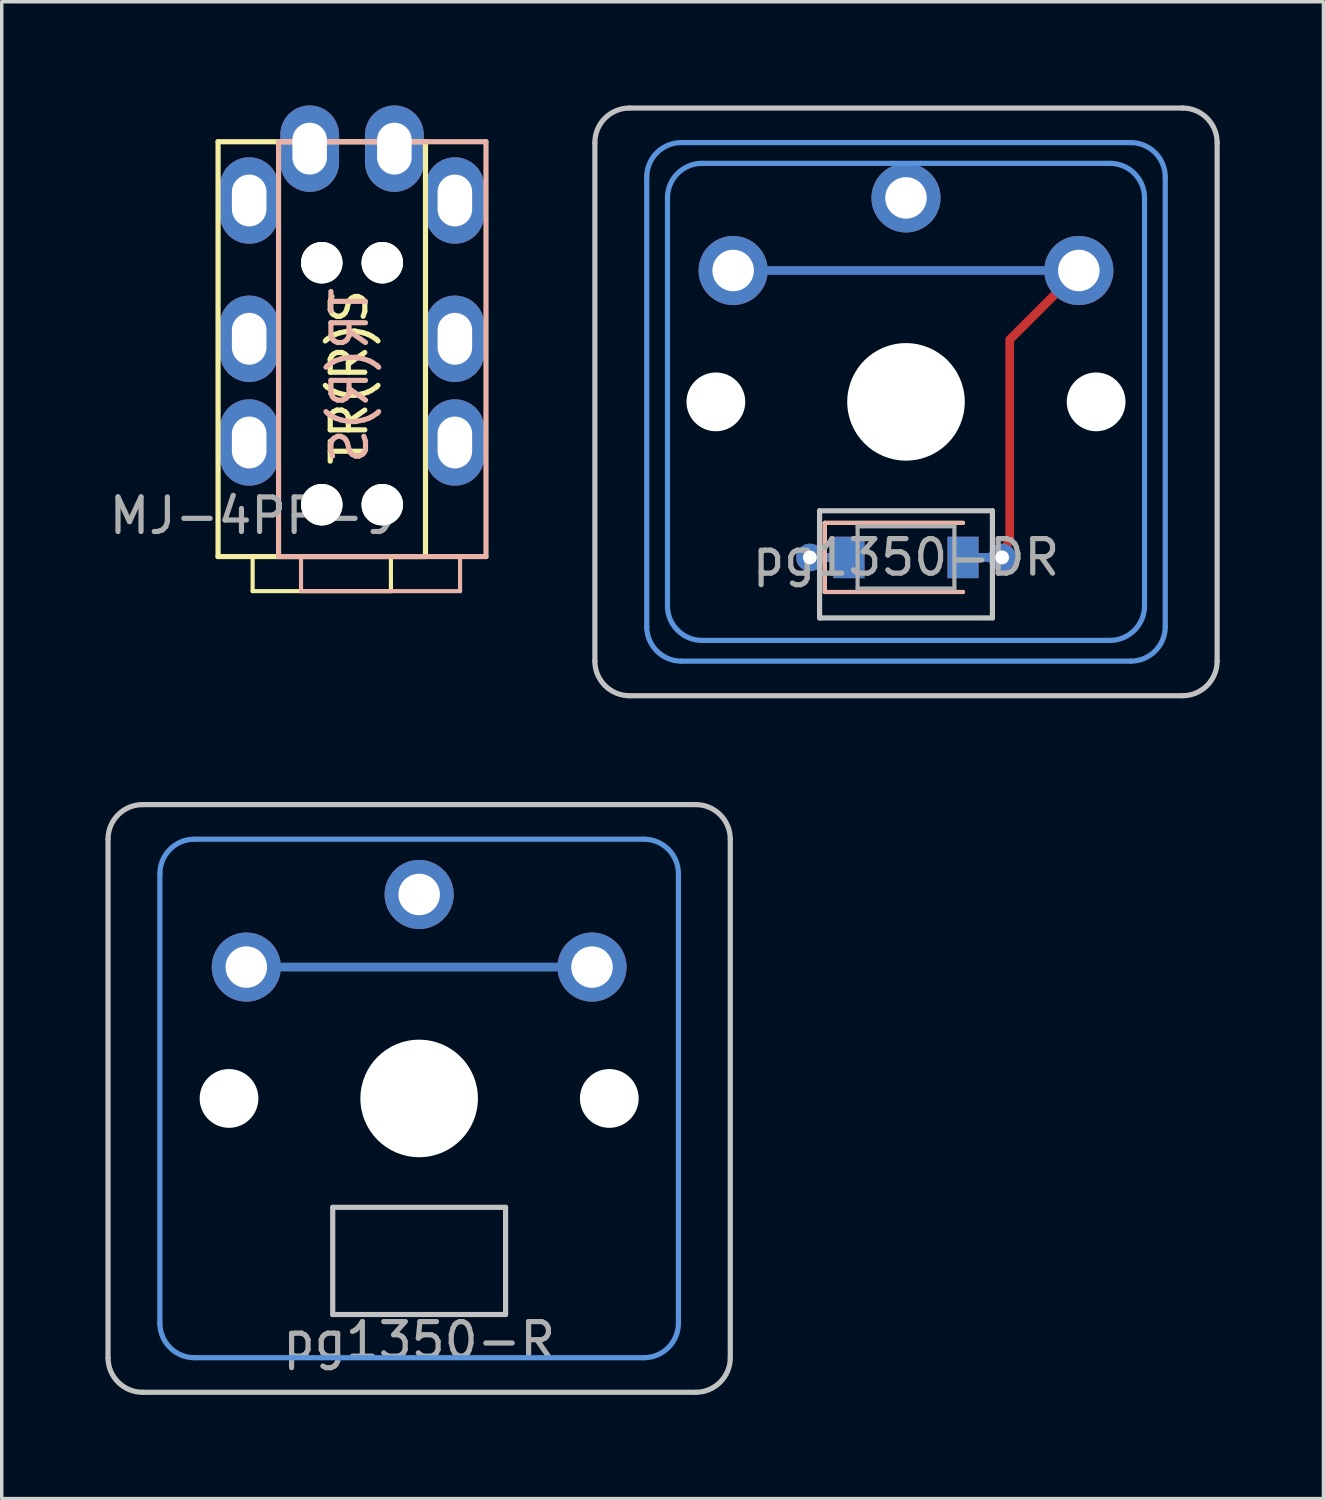
<source format=kicad_pcb>
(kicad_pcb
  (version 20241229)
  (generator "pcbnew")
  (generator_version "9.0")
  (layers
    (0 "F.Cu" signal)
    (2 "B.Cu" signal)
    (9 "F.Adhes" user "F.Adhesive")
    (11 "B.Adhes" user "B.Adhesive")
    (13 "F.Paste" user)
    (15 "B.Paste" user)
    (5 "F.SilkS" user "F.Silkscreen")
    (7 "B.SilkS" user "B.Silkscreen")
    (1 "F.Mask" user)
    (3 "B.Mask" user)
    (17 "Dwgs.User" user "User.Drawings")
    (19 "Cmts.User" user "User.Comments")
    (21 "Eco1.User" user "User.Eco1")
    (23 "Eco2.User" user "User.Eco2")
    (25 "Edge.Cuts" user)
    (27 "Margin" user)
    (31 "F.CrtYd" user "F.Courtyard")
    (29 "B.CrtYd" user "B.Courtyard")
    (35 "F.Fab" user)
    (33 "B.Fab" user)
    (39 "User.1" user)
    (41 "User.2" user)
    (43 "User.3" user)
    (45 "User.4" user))
  (footprint "MJ-4PP-9"
    (layer "F.Cu")
    (at 6.258 1.05)
    (property "Reference" "MJ-4PP-9" (at -1.99 10.82 180) (layer "F.Fab") (effects (font (size 1 1) (thickness 0.15))))
    (attr through_hole)
    (fp_line (start -3 0) (end 3 0) (stroke (width 0.15) (type solid)) (layer "F.SilkS"))
    (fp_line (start -3 12) (end -3 0) (stroke (width 0.15) (type solid)) (layer "F.SilkS"))
    (fp_line (start -2 12) (end -2 13) (stroke (width 0.12) (type solid)) (layer "F.SilkS"))
    (fp_line (start -2 13) (end 2 13) (stroke (width 0.12) (type solid)) (layer "F.SilkS"))
    (fp_line (start 2 13) (end 2 12.1) (stroke (width 0.12) (type solid)) (layer "F.SilkS"))
    (fp_line (start 3 0) (end 3 12) (stroke (width 0.15) (type solid)) (layer "F.SilkS"))
    (fp_line (start 3 12) (end -3 12) (stroke (width 0.15) (type solid)) (layer "F.SilkS"))
    (fp_line (start -1.25 0) (end 4.75 0) (stroke (width 0.15) (type solid)) (layer "B.SilkS"))
    (fp_line (start -1.25 12) (end -1.25 0) (stroke (width 0.15) (type solid)) (layer "B.SilkS"))
    (fp_line (start -0.6 13) (end -0.6 12) (stroke (width 0.12) (type solid)) (layer "B.SilkS"))
    (fp_line (start 4 12) (end 4 13) (stroke (width 0.12) (type solid)) (layer "B.SilkS"))
    (fp_line (start 4 13) (end -0.6 13) (stroke (width 0.12) (type solid)) (layer "B.SilkS"))
    (fp_line (start 4.75 0) (end 4.75 12) (stroke (width 0.15) (type solid)) (layer "B.SilkS"))
    (fp_line (start 4.75 12) (end -1.25 12) (stroke (width 0.15) (type solid)) (layer "B.SilkS"))
    (fp_text user "TR(R)S" (at 0.79 6.81 270) (layer "F.SilkS") (effects (font (size 1 1) (thickness 0.15))))
    (fp_text user "TR(R)S" (at 0.81 6.76 270) (layer "B.SilkS") (effects (font (size 1 1) (thickness 0.15)) (justify mirror)))
    (pad "" np_thru_hole circle (at 0 3.5 180) (size 1.2 1.2) (drill 1.2) (layers "*.Cu" "*.Mask" "F.SilkS"))
    (pad "" np_thru_hole circle (at 0 10.5 180) (size 1.2 1.2) (drill 1.2) (layers "*.Cu" "*.Mask" "F.SilkS"))
    (pad "" np_thru_hole circle (at 1.75 3.5 180) (size 1.2 1.2) (drill 1.2) (layers "*.Cu" "*.Mask" "F.SilkS"))
    (pad "" np_thru_hole circle (at 1.75 10.5 180) (size 1.2 1.2) (drill 1.2) (layers "*.Cu" "*.Mask" "F.SilkS"))
    (pad "R1" thru_hole oval (at -2.1 5.7 180) (size 1.7 2.5) (drill oval 1 1.5) (layers "*.Cu" "B.Mask"))
    (pad "R1" thru_hole oval (at 3.85 5.7 180) (size 1.7 2.5) (drill oval 1 1.5) (layers "*.Cu" "F.Mask"))
    (pad "R2" thru_hole oval (at -2.1 8.7 180) (size 1.7 2.5) (drill oval 1 1.5) (layers "*.Cu" "B.Mask"))
    (pad "R2" thru_hole oval (at 3.85 8.7 180) (size 1.7 2.5) (drill oval 1 1.5) (layers "*.Cu" "F.Mask"))
    (pad "S" thru_hole oval (at -0.35 0.2 180) (size 1.7 2.5) (drill oval 1 1.5) (layers "*.Cu" "F.Mask"))
    (pad "S" thru_hole oval (at 2.1 0.2 180) (size 1.7 2.5) (drill oval 1 1.5) (layers "*.Cu" "B.Mask"))
    (pad "T" thru_hole oval (at -2.1 1.7 180) (size 1.7 2.5) (drill oval 1 1.5) (layers "*.Cu" "B.Mask"))
    (pad "T" thru_hole oval (at 3.85 1.7 180) (size 1.7 2.5) (drill oval 1 1.5) (layers "*.Cu" "F.Mask")))
  (footprint "pg1350-R"
    (layer "F.Cu")
    (at 9.075 28.725)
    (property "Reference" "pg1350-R" (at 0 7 180) (layer "F.Fab") (effects (font (size 1 1) (thickness 0.15))))
    (attr through_hole)
    (fp_line (start -9 7.5) (end -9 -7.5) (stroke (width 0.15) (type solid)) (layer "Dwgs.User"))
    (fp_line (start -8 -8.5) (end 8 -8.5) (stroke (width 0.15) (type solid)) (layer "Dwgs.User"))
    (fp_line (start -2.5 3.15) (end -2.5 6.25) (stroke (width 0.15) (type solid)) (layer "Dwgs.User"))
    (fp_line (start -2.5 6.25) (end 2.5 6.25) (stroke (width 0.15) (type solid)) (layer "Dwgs.User"))
    (fp_line (start 2.5 3.15) (end -2.5 3.15) (stroke (width 0.15) (type solid)) (layer "Dwgs.User"))
    (fp_line (start 2.5 6.25) (end 2.5 3.15) (stroke (width 0.15) (type solid)) (layer "Dwgs.User"))
    (fp_line (start 8 8.5) (end -8 8.5) (stroke (width 0.15) (type solid)) (layer "Dwgs.User"))
    (fp_line (start 9 -7.5) (end 9 7.5) (stroke (width 0.15) (type solid)) (layer "Dwgs.User"))
    (fp_arc (start -9 -7.5) (mid -8.707107 -8.207107) (end -8 -8.5) (stroke (width 0.15) (type solid)) (layer "Dwgs.User"))
    (fp_arc (start -8 8.5) (mid -8.707107 8.207107) (end -9 7.5) (stroke (width 0.15) (type solid)) (layer "Dwgs.User"))
    (fp_arc (start 8 -8.5) (mid 8.707107 -8.207107) (end 9 -7.5) (stroke (width 0.15) (type solid)) (layer "Dwgs.User"))
    (fp_arc (start 9 7.5) (mid 8.707107 8.207107) (end 8 8.5) (stroke (width 0.15) (type solid)) (layer "Dwgs.User"))
    (fp_line (start -7.5 6.5) (end -7.5 -6.5) (stroke (width 0.15) (type solid)) (layer "Cmts.User"))
    (fp_line (start -6.5 -7.5) (end 6.5 -7.5) (stroke (width 0.15) (type solid)) (layer "Cmts.User"))
    (fp_line (start 6.5 7.5) (end -6.5 7.5) (stroke (width 0.15) (type solid)) (layer "Cmts.User"))
    (fp_line (start 7.5 -6.5) (end 7.5 6.5) (stroke (width 0.15) (type solid)) (layer "Cmts.User"))
    (fp_arc (start -7.5 -6.5) (mid -7.207107 -7.207107) (end -6.5 -7.5) (stroke (width 0.15) (type solid)) (layer "Cmts.User"))
    (fp_arc (start -6.5 7.5) (mid -7.207107 7.207107) (end -7.5 6.5) (stroke (width 0.15) (type solid)) (layer "Cmts.User"))
    (fp_arc (start 6.5 -7.5) (mid 7.207107 -7.207107) (end 7.5 -6.5) (stroke (width 0.15) (type solid)) (layer "Cmts.User"))
    (fp_arc (start 7.5 6.5) (mid 7.207107 7.207107) (end 6.5 7.5) (stroke (width 0.15) (type solid)) (layer "Cmts.User"))
    (pad "" np_thru_hole circle (at -5.5 0) (size 1.7 1.7) (drill 1.7) (layers "*.Cu" "*.Mask"))
    (pad "" np_thru_hole circle (at 0 0) (size 3.4 3.4) (drill 3.4) (layers "*.Cu" "*.Mask"))
    (pad "" np_thru_hole circle (at 5.5 0) (size 1.7 1.7) (drill 1.7) (layers "*.Cu" "*.Mask"))
    (pad "1" thru_hole circle (at 0 -5.9) (size 2 2) (drill 1.2) (layers "*.Cu" "*.Mask"))
    (pad "2" connect custom (at -5 -3.8) (size 0.9 0.9) (layers "B.Cu") (options (anchor circle)) (primitives (gr_line (start 0 0) (end 10 0) (width 0.254))))
    (pad "2" thru_hole circle (at -5 -3.8) (size 2 2) (drill 1.2) (layers "*.Cu" "F.Mask"))
    (pad "2" thru_hole circle (at 5 -3.8) (size 2 2) (drill 1.2) (layers "*.Cu" "B.Mask")))
  (footprint "pg1350-DR"
    (layer "F.Cu")
    (at 23.158 13.075)
    (property "Reference" "pg1350-DR" (at 0 0 0) (layer "F.Fab") (effects (font (size 1 1) (thickness 0.15))))
    (attr through_hole)
    (fp_line (start -2.35 -1) (end -2.35 1) (stroke (width 0.12) (type solid)) (layer "F.SilkS"))
    (fp_line (start -2.35 -1) (end 1.65 -1) (stroke (width 0.12) (type solid)) (layer "F.SilkS"))
    (fp_line (start -2.35 1) (end 1.65 1) (stroke (width 0.12) (type solid)) (layer "F.SilkS"))
    (fp_line (start -2.35 -1) (end -2.35 1) (stroke (width 0.12) (type solid)) (layer "B.SilkS"))
    (fp_line (start -2.35 -1) (end 1.65 -1) (stroke (width 0.12) (type solid)) (layer "B.SilkS"))
    (fp_line (start -2.35 1) (end 1.65 1) (stroke (width 0.12) (type solid)) (layer "B.SilkS"))
    (fp_line (start -9 3) (end -9 -12) (stroke (width 0.15) (type solid)) (layer "Dwgs.User"))
    (fp_line (start -8 -13) (end 8 -13) (stroke (width 0.15) (type solid)) (layer "Dwgs.User"))
    (fp_line (start -2.5 -1.35) (end -2.5 1.75) (stroke (width 0.15) (type solid)) (layer "Dwgs.User"))
    (fp_line (start -2.5 1.75) (end 2.5 1.75) (stroke (width 0.15) (type solid)) (layer "Dwgs.User"))
    (fp_line (start 2.5 -1.35) (end -2.5 -1.35) (stroke (width 0.15) (type solid)) (layer "Dwgs.User"))
    (fp_line (start 2.5 1.75) (end 2.5 -1.35) (stroke (width 0.15) (type solid)) (layer "Dwgs.User"))
    (fp_line (start 8 4) (end -8 4) (stroke (width 0.15) (type solid)) (layer "Dwgs.User"))
    (fp_line (start 9 -12) (end 9 3) (stroke (width 0.15) (type solid)) (layer "Dwgs.User"))
    (fp_arc (start -9 -12) (mid -8.707107 -12.707107) (end -8 -13) (stroke (width 0.15) (type solid)) (layer "Dwgs.User"))
    (fp_arc (start -8 4) (mid -8.707107 3.707107) (end -9 3) (stroke (width 0.15) (type solid)) (layer "Dwgs.User"))
    (fp_arc (start 8 -13) (mid 8.707107 -12.707107) (end 9 -12) (stroke (width 0.15) (type solid)) (layer "Dwgs.User"))
    (fp_arc (start 9 3) (mid 8.707107 3.707107) (end 8 4) (stroke (width 0.15) (type solid)) (layer "Dwgs.User"))
    (fp_line (start -7.5 2) (end -7.5 -11) (stroke (width 0.15) (type solid)) (layer "Cmts.User"))
    (fp_line (start -6.9 1.4) (end -6.9 -10.4) (stroke (width 0.15) (type solid)) (layer "Cmts.User"))
    (fp_line (start -6.5 -12) (end 6.5 -12) (stroke (width 0.15) (type solid)) (layer "Cmts.User"))
    (fp_line (start -5.9 -11.4) (end 5.9 -11.4) (stroke (width 0.15) (type solid)) (layer "Cmts.User"))
    (fp_line (start 5.9 2.4) (end -5.9 2.4) (stroke (width 0.15) (type solid)) (layer "Cmts.User"))
    (fp_line (start 6.5 3) (end -6.5 3) (stroke (width 0.15) (type solid)) (layer "Cmts.User"))
    (fp_line (start 6.9 -10.4) (end 6.9 1.4) (stroke (width 0.15) (type solid)) (layer "Cmts.User"))
    (fp_line (start 7.5 -11) (end 7.5 2) (stroke (width 0.15) (type solid)) (layer "Cmts.User"))
    (fp_arc (start -7.5 -11) (mid -7.207107 -11.707107) (end -6.5 -12) (stroke (width 0.15) (type solid)) (layer "Cmts.User"))
    (fp_arc (start -6.9 -10.4) (mid -6.607107 -11.107107) (end -5.9 -11.4) (stroke (width 0.15) (type solid)) (layer "Cmts.User"))
    (fp_arc (start -6.5 3) (mid -7.207107 2.707107) (end -7.5 2) (stroke (width 0.15) (type solid)) (layer "Cmts.User"))
    (fp_arc (start -5.9 2.4) (mid -6.607107 2.107107) (end -6.9 1.4) (stroke (width 0.15) (type solid)) (layer "Cmts.User"))
    (fp_arc (start 5.9 -11.4) (mid 6.607107 -11.107107) (end 6.9 -10.4) (stroke (width 0.15) (type solid)) (layer "Cmts.User"))
    (fp_arc (start 6.5 -12) (mid 7.207107 -11.707107) (end 7.5 -11) (stroke (width 0.15) (type solid)) (layer "Cmts.User"))
    (fp_arc (start 6.9 1.4) (mid 6.607107 2.107107) (end 5.9 2.4) (stroke (width 0.15) (type solid)) (layer "Cmts.User"))
    (fp_arc (start 7.5 2) (mid 7.207107 2.707107) (end 6.5 3) (stroke (width 0.15) (type solid)) (layer "Cmts.User"))
    (fp_line (start -1.4 -0.9) (end -1.4 0.9) (stroke (width 0.12) (type solid)) (layer "F.Fab"))
    (fp_line (start -1.4 0.9) (end 1.4 0.9) (stroke (width 0.12) (type solid)) (layer "F.Fab"))
    (fp_line (start 1.4 -0.9) (end -1.4 -0.9) (stroke (width 0.12) (type solid)) (layer "F.Fab"))
    (fp_line (start 1.4 0.9) (end 1.4 -0.9) (stroke (width 0.12) (type solid)) (layer "F.Fab"))
    (pad "" np_thru_hole circle (at -5.5 -4.5) (size 1.7 1.7) (drill 1.7) (layers "*.Cu" "*.Mask"))
    (pad "" np_thru_hole circle (at 0 -4.5) (size 3.4 3.4) (drill 3.4) (layers "*.Cu" "*.Mask"))
    (pad "" np_thru_hole circle (at 5.5 -4.5) (size 1.7 1.7) (drill 1.7) (layers "*.Cu" "*.Mask"))
    (pad "1" thru_hole circle (at 0 -10.4) (size 2 2) (drill 1.2) (layers "*.Cu" "*.Mask"))
    (pad "2" thru_hole custom (at -2.78 0 180) (size 0.8 0.8) (drill 0.4) (layers "*.Cu") (options (anchor circle)) (primitives (gr_line (start 0 0) (end -1.13 0) (width 0.254))))
    (pad "2" smd rect (at -1.65 0) (size 0.9 1.2) (layers "F.Cu" "F.Mask" "F.Paste"))
    (pad "2" smd rect (at -1.65 0) (size 0.9 1.2) (layers "B.Cu" "B.Mask" "B.Paste"))
    (pad "3" connect custom (at -5 -8.3) (size 0.9 0.9) (layers "B.Cu") (options (anchor circle)) (primitives (gr_line (start 0 0) (end 10 0) (width 0.254))))
    (pad "3" thru_hole circle (at -5 -8.3) (size 2 2) (drill 1.2) (layers "*.Cu" "F.Mask"))
    (pad "3" smd rect (at 1.65 0) (size 0.9 1.2) (layers "F.Cu" "F.Mask" "F.Paste"))
    (pad "3" smd rect (at 1.65 0) (size 0.9 1.2) (layers "B.Cu" "B.Mask" "B.Paste"))
    (pad "3" thru_hole custom (at 2.78 0) (size 0.8 0.8) (drill 0.4) (layers "*.Cu") (options (anchor circle)) (primitives (gr_line (start 0 0) (end -1.13 0) (width 0.254))))
    (pad "3" connect custom (at 5 -8.3) (size 0.9 0.9) (layers "F.Cu") (options (anchor circle)) (primitives (gr_line (start -2 2) (end 0 0) (width 0.254)) (gr_line (start -2 2) (end -2 7.75) (width 0.254)) (gr_line (start -2.22 8.3) (end -2 7.75) (width 0.254))))
    (pad "3" thru_hole circle (at 5 -8.3) (size 2 2) (drill 1.2) (layers "*.Cu" "B.Mask")))
  (gr_rect
    (start -3 -3)
    (end 35.233 40.3)
    (stroke (width 0.1) (type default))
    (fill no)
    (layer "Edge.Cuts")))
</source>
